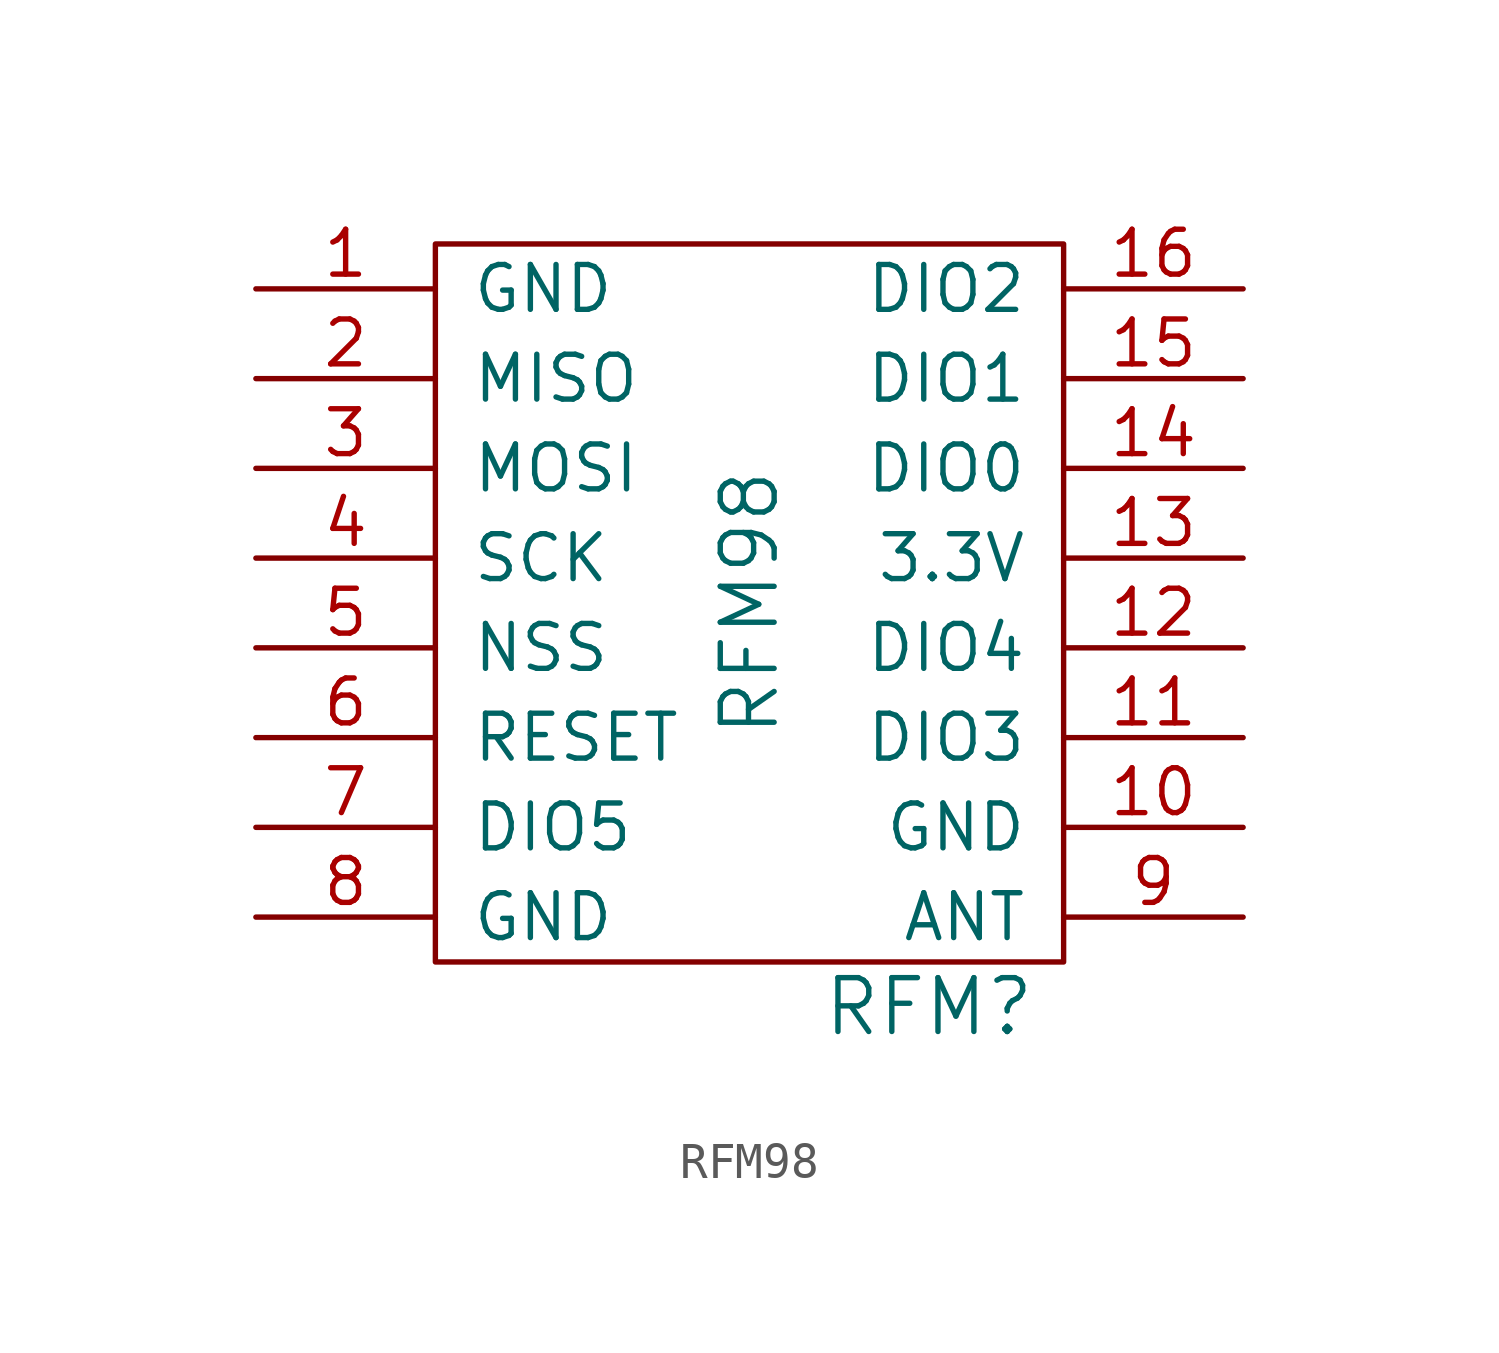
<source format=kicad_sym>
(kicad_symbol_lib
  (version 20211014)
  (generator kicad_symbol_editor)
  (symbol "RFM98"
    (pin_names
      (offset 1.016))
    (property "Reference" "RFM"
      (at 5.08 -11.43 0)
      (effects (font (size 1.524 1.524))))
    (property "Value" "RFM98"
      (at 0 0 90)
      (effects (font (size 1.524 1.524))))
    (symbol "RFM98_0_1"
      (rectangle (start -8.89 10.16) (end 8.89 -10.16) (stroke (width 0) (type default) (color 0 0 0 0)) (fill (type none))))
    (symbol "RFM98_1_1"
      (pin power_in line (at -13.97 8.89 0) (length 5.08) (name "GND" (effects (font (size 1.27 1.27)))) (number "1" (effects (font (size 1.27 1.27)))))
      (pin power_in line (at 13.97 -6.35 180) (length 5.08) (name "GND" (effects (font (size 1.27 1.27)))) (number "10" (effects (font (size 1.27 1.27)))))
      (pin bidirectional line (at 13.97 -3.81 180) (length 5.08) (name "DIO3" (effects (font (size 1.27 1.27)))) (number "11" (effects (font (size 1.27 1.27)))))
      (pin bidirectional line (at 13.97 -1.27 180) (length 5.08) (name "DIO4" (effects (font (size 1.27 1.27)))) (number "12" (effects (font (size 1.27 1.27)))))
      (pin power_in line (at 13.97 1.27 180) (length 5.08) (name "3.3V" (effects (font (size 1.27 1.27)))) (number "13" (effects (font (size 1.27 1.27)))))
      (pin bidirectional line (at 13.97 3.81 180) (length 5.08) (name "DIO0" (effects (font (size 1.27 1.27)))) (number "14" (effects (font (size 1.27 1.27)))))
      (pin bidirectional line (at 13.97 6.35 180) (length 5.08) (name "DIO1" (effects (font (size 1.27 1.27)))) (number "15" (effects (font (size 1.27 1.27)))))
      (pin bidirectional line (at 13.97 8.89 180) (length 5.08) (name "DIO2" (effects (font (size 1.27 1.27)))) (number "16" (effects (font (size 1.27 1.27)))))
      (pin output line (at -13.97 6.35 0) (length 5.08) (name "MISO" (effects (font (size 1.27 1.27)))) (number "2" (effects (font (size 1.27 1.27)))))
      (pin input line (at -13.97 3.81 0) (length 5.08) (name "MOSI" (effects (font (size 1.27 1.27)))) (number "3" (effects (font (size 1.27 1.27)))))
      (pin input line (at -13.97 1.27 0) (length 5.08) (name "SCK" (effects (font (size 1.27 1.27)))) (number "4" (effects (font (size 1.27 1.27)))))
      (pin input line (at -13.97 -1.27 0) (length 5.08) (name "NSS" (effects (font (size 1.27 1.27)))) (number "5" (effects (font (size 1.27 1.27)))))
      (pin input line (at -13.97 -3.81 0) (length 5.08) (name "RESET" (effects (font (size 1.27 1.27)))) (number "6" (effects (font (size 1.27 1.27)))))
      (pin bidirectional line (at -13.97 -6.35 0) (length 5.08) (name "DIO5" (effects (font (size 1.27 1.27)))) (number "7" (effects (font (size 1.27 1.27)))))
      (pin power_in line (at -13.97 -8.89 0) (length 5.08) (name "GND" (effects (font (size 1.27 1.27)))) (number "8" (effects (font (size 1.27 1.27)))))
      (pin bidirectional line (at 13.97 -8.89 180) (length 5.08) (name "ANT" (effects (font (size 1.27 1.27)))) (number "9" (effects (font (size 1.27 1.27))))))))
</source>
